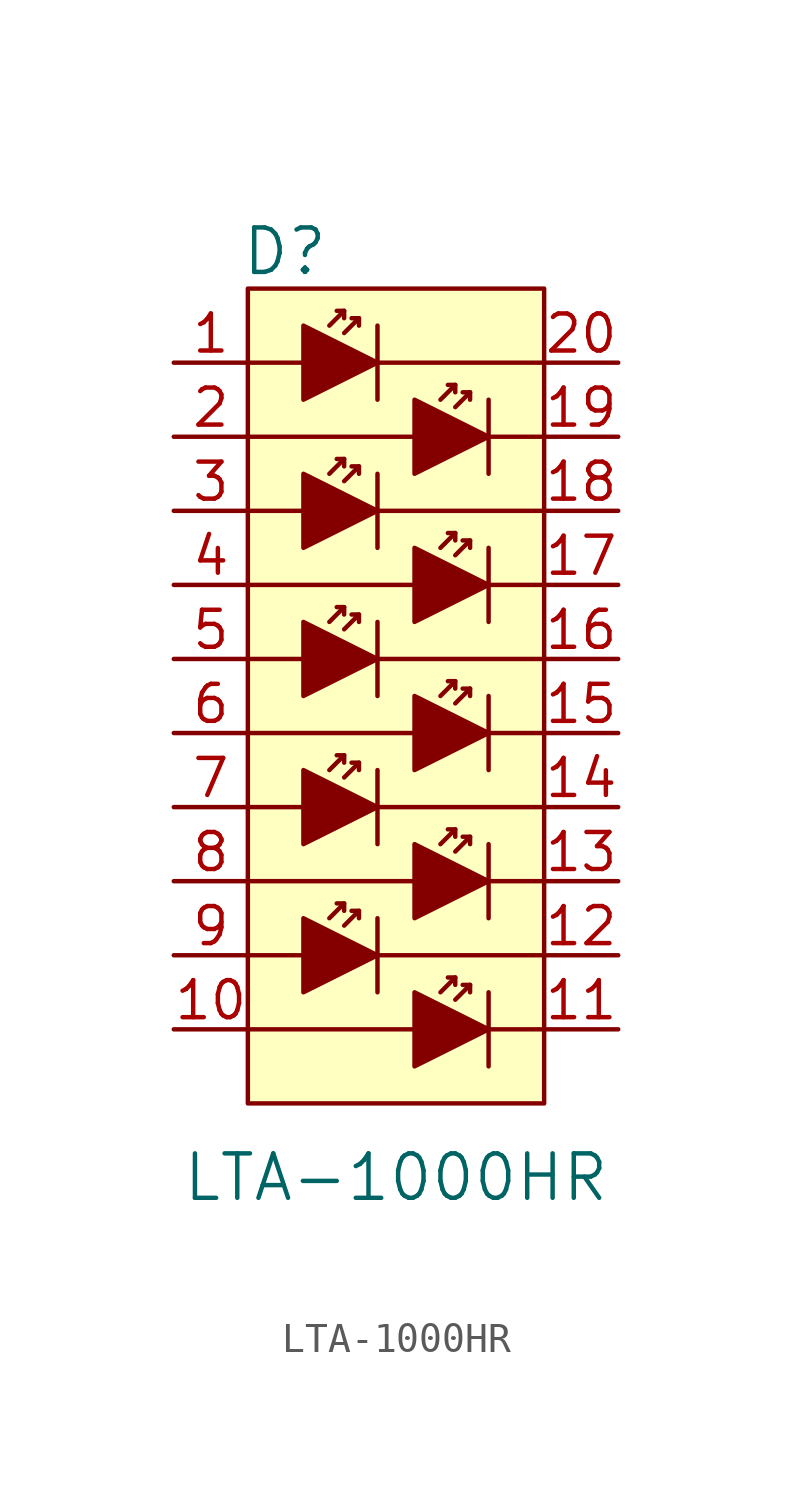
<source format=kicad_sym>
(kicad_symbol_lib
  (version 20201005)
  (generator kicad_symbol_editor)
  (symbol "LTA-1000HR"
    (pin_names
      (offset 0))
    (property "Reference" "D"
      (at -3.81 3.81 0)
      (effects (font (size 1.524 1.524))))
    (property "Value" "LTA-1000HR"
      (at 0 -27.94 0)
      (effects (font (size 1.524 1.524))))
    (symbol "LTA-1000HR_0_1"
      (rectangle (start -5.08 2.54) (end 5.08 -25.4) (stroke (width 0)) (fill (type background)))
      (polyline (pts (xy -5.08 -20.32) (xy -3.175 -20.32)) (stroke (width 0)) (fill (type none)))
      (polyline (pts (xy -5.08 -15.24) (xy -3.175 -15.24)) (stroke (width 0)) (fill (type none)))
      (polyline (pts (xy -5.08 -10.16) (xy -3.175 -10.16)) (stroke (width 0)) (fill (type none)))
      (polyline (pts (xy -5.08 -5.08) (xy -3.175 -5.08)) (stroke (width 0)) (fill (type none)))
      (polyline (pts (xy -3.175 0) (xy -5.08 0)) (stroke (width 0)) (fill (type none)))
      (polyline (pts (xy -1.778 -18.542) (xy -2.286 -19.05)) (stroke (width 0)) (fill (type none)))
      (polyline (pts (xy -1.778 -13.462) (xy -2.286 -13.97)) (stroke (width 0)) (fill (type none)))
      (polyline (pts (xy -1.778 -8.382) (xy -2.286 -8.89)) (stroke (width 0)) (fill (type none)))
      (polyline (pts (xy -1.778 -3.302) (xy -2.286 -3.81)) (stroke (width 0)) (fill (type none)))
      (polyline (pts (xy -1.778 1.778) (xy -2.286 1.27)) (stroke (width 0)) (fill (type none)))
      (polyline (pts (xy -1.27 -18.796) (xy -1.778 -19.304)) (stroke (width 0)) (fill (type none)))
      (polyline (pts (xy -1.27 -13.716) (xy -1.778 -14.224)) (stroke (width 0)) (fill (type none)))
      (polyline (pts (xy -1.27 -8.636) (xy -1.778 -9.144)) (stroke (width 0)) (fill (type none)))
      (polyline (pts (xy -1.27 -3.556) (xy -1.778 -4.064)) (stroke (width 0)) (fill (type none)))
      (polyline (pts (xy -1.27 1.524) (xy -1.778 1.016)) (stroke (width 0)) (fill (type none)))
      (polyline (pts (xy -0.635 -21.59) (xy -0.635 -19.05)) (stroke (width 0)) (fill (type none)))
      (polyline (pts (xy -0.635 -20.32) (xy 5.08 -20.32)) (stroke (width 0)) (fill (type none)))
      (polyline (pts (xy -0.635 -16.51) (xy -0.635 -13.97)) (stroke (width 0)) (fill (type none)))
      (polyline (pts (xy -0.635 -15.24) (xy 5.08 -15.24)) (stroke (width 0)) (fill (type none)))
      (polyline (pts (xy -0.635 -10.16) (xy 5.08 -10.16)) (stroke (width 0)) (fill (type none)))
      (polyline (pts (xy -0.635 -8.89) (xy -0.635 -11.43)) (stroke (width 0)) (fill (type none)))
      (polyline (pts (xy -0.635 -5.08) (xy 5.08 -5.08)) (stroke (width 0)) (fill (type none)))
      (polyline (pts (xy -0.635 -3.81) (xy -0.635 -6.35)) (stroke (width 0)) (fill (type none)))
      (polyline (pts (xy -0.635 0) (xy 5.08 0)) (stroke (width 0)) (fill (type none)))
      (polyline (pts (xy -0.635 1.27) (xy -0.635 -1.27)) (stroke (width 0)) (fill (type none)))
      (polyline (pts (xy 0.635 -22.86) (xy -5.08 -22.86)) (stroke (width 0)) (fill (type none)))
      (polyline (pts (xy 0.635 -17.78) (xy -5.08 -17.78)) (stroke (width 0)) (fill (type none)))
      (polyline (pts (xy 0.635 -12.7) (xy -5.08 -12.7)) (stroke (width 0)) (fill (type none)))
      (polyline (pts (xy 0.635 -7.62) (xy -5.08 -7.62)) (stroke (width 0)) (fill (type none)))
      (polyline (pts (xy 0.635 -2.54) (xy -5.08 -2.54)) (stroke (width 0)) (fill (type none)))
      (polyline (pts (xy 2.032 -21.082) (xy 1.524 -21.59)) (stroke (width 0)) (fill (type none)))
      (polyline (pts (xy 2.032 -16.002) (xy 1.524 -16.51)) (stroke (width 0)) (fill (type none)))
      (polyline (pts (xy 2.032 -10.922) (xy 1.524 -11.43)) (stroke (width 0)) (fill (type none)))
      (polyline (pts (xy 2.032 -5.842) (xy 1.524 -6.35)) (stroke (width 0)) (fill (type none)))
      (polyline (pts (xy 2.032 -0.762) (xy 1.524 -1.27)) (stroke (width 0)) (fill (type none)))
      (polyline (pts (xy 2.54 -21.336) (xy 2.032 -21.844)) (stroke (width 0)) (fill (type none)))
      (polyline (pts (xy 2.54 -16.256) (xy 2.032 -16.764)) (stroke (width 0)) (fill (type none)))
      (polyline (pts (xy 2.54 -11.176) (xy 2.032 -11.684)) (stroke (width 0)) (fill (type none)))
      (polyline (pts (xy 2.54 -6.096) (xy 2.032 -6.604)) (stroke (width 0)) (fill (type none)))
      (polyline (pts (xy 2.54 -1.016) (xy 2.032 -1.524)) (stroke (width 0)) (fill (type none)))
      (polyline (pts (xy 3.175 -22.86) (xy 5.08 -22.86)) (stroke (width 0)) (fill (type none)))
      (polyline (pts (xy 3.175 -21.59) (xy 3.175 -24.13)) (stroke (width 0)) (fill (type none)))
      (polyline (pts (xy 3.175 -17.78) (xy 5.08 -17.78)) (stroke (width 0)) (fill (type none)))
      (polyline (pts (xy 3.175 -16.51) (xy 3.175 -19.05)) (stroke (width 0)) (fill (type none)))
      (polyline (pts (xy 3.175 -12.7) (xy 5.08 -12.7)) (stroke (width 0)) (fill (type none)))
      (polyline (pts (xy 3.175 -11.43) (xy 3.175 -13.97)) (stroke (width 0)) (fill (type none)))
      (polyline (pts (xy 3.175 -7.62) (xy 5.08 -7.62)) (stroke (width 0)) (fill (type none)))
      (polyline (pts (xy 3.175 -6.35) (xy 3.175 -8.89)) (stroke (width 0)) (fill (type none)))
      (polyline (pts (xy 3.175 -2.54) (xy 5.08 -2.54)) (stroke (width 0)) (fill (type none)))
      (polyline (pts (xy 3.175 -1.27) (xy 3.175 -3.81)) (stroke (width 0)) (fill (type none)))
      (polyline (pts (xy -2.032 -18.542) (xy -1.778 -18.542) (xy -1.778 -18.796)) (stroke (width 0)) (fill (type none)))
      (polyline (pts (xy -2.032 -13.462) (xy -1.778 -13.462) (xy -1.778 -13.716)) (stroke (width 0)) (fill (type none)))
      (polyline (pts (xy -2.032 -8.382) (xy -1.778 -8.382) (xy -1.778 -8.636)) (stroke (width 0)) (fill (type none)))
      (polyline (pts (xy -2.032 -3.302) (xy -1.778 -3.302) (xy -1.778 -3.556)) (stroke (width 0)) (fill (type none)))
      (polyline (pts (xy -2.032 1.778) (xy -1.778 1.778) (xy -1.778 1.524)) (stroke (width 0)) (fill (type none)))
      (polyline (pts (xy -1.524 -18.796) (xy -1.27 -18.796) (xy -1.27 -19.05)) (stroke (width 0)) (fill (type none)))
      (polyline (pts (xy -1.524 -13.716) (xy -1.27 -13.716) (xy -1.27 -13.97)) (stroke (width 0)) (fill (type none)))
      (polyline (pts (xy -1.524 -8.636) (xy -1.27 -8.636) (xy -1.27 -8.89)) (stroke (width 0)) (fill (type none)))
      (polyline (pts (xy -1.524 -3.556) (xy -1.27 -3.556) (xy -1.27 -3.81)) (stroke (width 0)) (fill (type none)))
      (polyline (pts (xy -1.524 1.524) (xy -1.27 1.524) (xy -1.27 1.27)) (stroke (width 0)) (fill (type none)))
      (polyline (pts (xy 1.778 -21.082) (xy 2.032 -21.082) (xy 2.032 -21.336)) (stroke (width 0)) (fill (type none)))
      (polyline (pts (xy 1.778 -16.002) (xy 2.032 -16.002) (xy 2.032 -16.256)) (stroke (width 0)) (fill (type none)))
      (polyline (pts (xy 1.778 -10.922) (xy 2.032 -10.922) (xy 2.032 -11.176)) (stroke (width 0)) (fill (type none)))
      (polyline (pts (xy 1.778 -5.842) (xy 2.032 -5.842) (xy 2.032 -6.096)) (stroke (width 0)) (fill (type none)))
      (polyline (pts (xy 1.778 -0.762) (xy 2.032 -0.762) (xy 2.032 -1.016)) (stroke (width 0)) (fill (type none)))
      (polyline (pts (xy 2.286 -21.336) (xy 2.54 -21.336) (xy 2.54 -21.59)) (stroke (width 0)) (fill (type none)))
      (polyline (pts (xy 2.286 -16.256) (xy 2.54 -16.256) (xy 2.54 -16.51)) (stroke (width 0)) (fill (type none)))
      (polyline (pts (xy 2.286 -11.176) (xy 2.54 -11.176) (xy 2.54 -11.43)) (stroke (width 0)) (fill (type none)))
      (polyline (pts (xy 2.286 -6.096) (xy 2.54 -6.096) (xy 2.54 -6.35)) (stroke (width 0)) (fill (type none)))
      (polyline (pts (xy 2.286 -1.016) (xy 2.54 -1.016) (xy 2.54 -1.27)) (stroke (width 0)) (fill (type none)))
      (polyline (pts (xy -3.175 -19.05) (xy -3.175 -21.59) (xy -0.635 -20.32) (xy -3.175 -19.05)) (stroke (width 0)) (fill (type outline)))
      (polyline (pts (xy -3.175 -13.97) (xy -3.175 -16.51) (xy -0.635 -15.24) (xy -3.175 -13.97)) (stroke (width 0)) (fill (type outline)))
      (polyline (pts (xy -3.175 -8.89) (xy -3.175 -11.43) (xy -0.635 -10.16) (xy -3.175 -8.89)) (stroke (width 0)) (fill (type outline)))
      (polyline (pts (xy -3.175 -3.81) (xy -3.175 -6.35) (xy -0.635 -5.08) (xy -3.175 -3.81)) (stroke (width 0)) (fill (type outline)))
      (polyline (pts (xy -3.175 1.27) (xy -3.175 -1.27) (xy -0.635 0) (xy -3.175 1.27)) (stroke (width 0)) (fill (type outline)))
      (polyline (pts (xy 0.635 -21.59) (xy 0.635 -24.13) (xy 3.175 -22.86) (xy 0.635 -21.59)) (stroke (width 0)) (fill (type outline)))
      (polyline (pts (xy 0.635 -16.51) (xy 0.635 -19.05) (xy 3.175 -17.78) (xy 0.635 -16.51)) (stroke (width 0)) (fill (type outline)))
      (polyline (pts (xy 0.635 -11.43) (xy 0.635 -13.97) (xy 3.175 -12.7) (xy 0.635 -11.43)) (stroke (width 0)) (fill (type outline)))
      (polyline (pts (xy 0.635 -6.35) (xy 0.635 -8.89) (xy 3.175 -7.62) (xy 0.635 -6.35)) (stroke (width 0)) (fill (type outline)))
      (polyline (pts (xy 0.635 -1.27) (xy 0.635 -3.81) (xy 3.175 -2.54) (xy 0.635 -1.27)) (stroke (width 0)) (fill (type outline))))
    (symbol "LTA-1000HR_1_1"
      (pin input line (at -7.62 0 0) (length 2.54) (name "~" (effects (font (size 1.27 1.27)))) (number "1" (effects (font (size 1.27 1.27)))))
      (pin input line (at -7.62 -2.54 0) (length 2.54) (name "~" (effects (font (size 1.27 1.27)))) (number "2" (effects (font (size 1.27 1.27)))))
      (pin input line (at -7.62 -5.08 0) (length 2.54) (name "~" (effects (font (size 1.27 1.27)))) (number "3" (effects (font (size 1.27 1.27)))))
      (pin input line (at -7.62 -7.62 0) (length 2.54) (name "~" (effects (font (size 1.27 1.27)))) (number "4" (effects (font (size 1.27 1.27)))))
      (pin input line (at -7.62 -10.16 0) (length 2.54) (name "~" (effects (font (size 1.27 1.27)))) (number "5" (effects (font (size 1.27 1.27)))))
      (pin input line (at -7.62 -12.7 0) (length 2.54) (name "~" (effects (font (size 1.27 1.27)))) (number "6" (effects (font (size 1.27 1.27)))))
      (pin input line (at -7.62 -15.24 0) (length 2.54) (name "~" (effects (font (size 1.27 1.27)))) (number "7" (effects (font (size 1.27 1.27)))))
      (pin input line (at -7.62 -17.78 0) (length 2.54) (name "~" (effects (font (size 1.27 1.27)))) (number "8" (effects (font (size 1.27 1.27)))))
      (pin input line (at -7.62 -20.32 0) (length 2.54) (name "~" (effects (font (size 1.27 1.27)))) (number "9" (effects (font (size 1.27 1.27)))))
      (pin input line (at -7.62 -22.86 0) (length 2.54) (name "~" (effects (font (size 1.27 1.27)))) (number "10" (effects (font (size 1.27 1.27)))))
      (pin output line (at 7.62 0 180) (length 2.54) (name "~" (effects (font (size 1.27 1.27)))) (number "20" (effects (font (size 1.27 1.27)))))
      (pin output line (at 7.62 -22.86 180) (length 2.54) (name "~" (effects (font (size 1.27 1.27)))) (number "11" (effects (font (size 1.27 1.27)))))
      (pin output line (at 7.62 -20.32 180) (length 2.54) (name "~" (effects (font (size 1.27 1.27)))) (number "12" (effects (font (size 1.27 1.27)))))
      (pin output line (at 7.62 -17.78 180) (length 2.54) (name "~" (effects (font (size 1.27 1.27)))) (number "13" (effects (font (size 1.27 1.27)))))
      (pin output line (at 7.62 -15.24 180) (length 2.54) (name "~" (effects (font (size 1.27 1.27)))) (number "14" (effects (font (size 1.27 1.27)))))
      (pin output line (at 7.62 -12.7 180) (length 2.54) (name "~" (effects (font (size 1.27 1.27)))) (number "15" (effects (font (size 1.27 1.27)))))
      (pin output line (at 7.62 -10.16 180) (length 2.54) (name "~" (effects (font (size 1.27 1.27)))) (number "16" (effects (font (size 1.27 1.27)))))
      (pin output line (at 7.62 -7.62 180) (length 2.54) (name "~" (effects (font (size 1.27 1.27)))) (number "17" (effects (font (size 1.27 1.27)))))
      (pin output line (at 7.62 -5.08 180) (length 2.54) (name "~" (effects (font (size 1.27 1.27)))) (number "18" (effects (font (size 1.27 1.27)))))
      (pin output line (at 7.62 -2.54 180) (length 2.54) (name "~" (effects (font (size 1.27 1.27)))) (number "19" (effects (font (size 1.27 1.27))))))))
</source>
